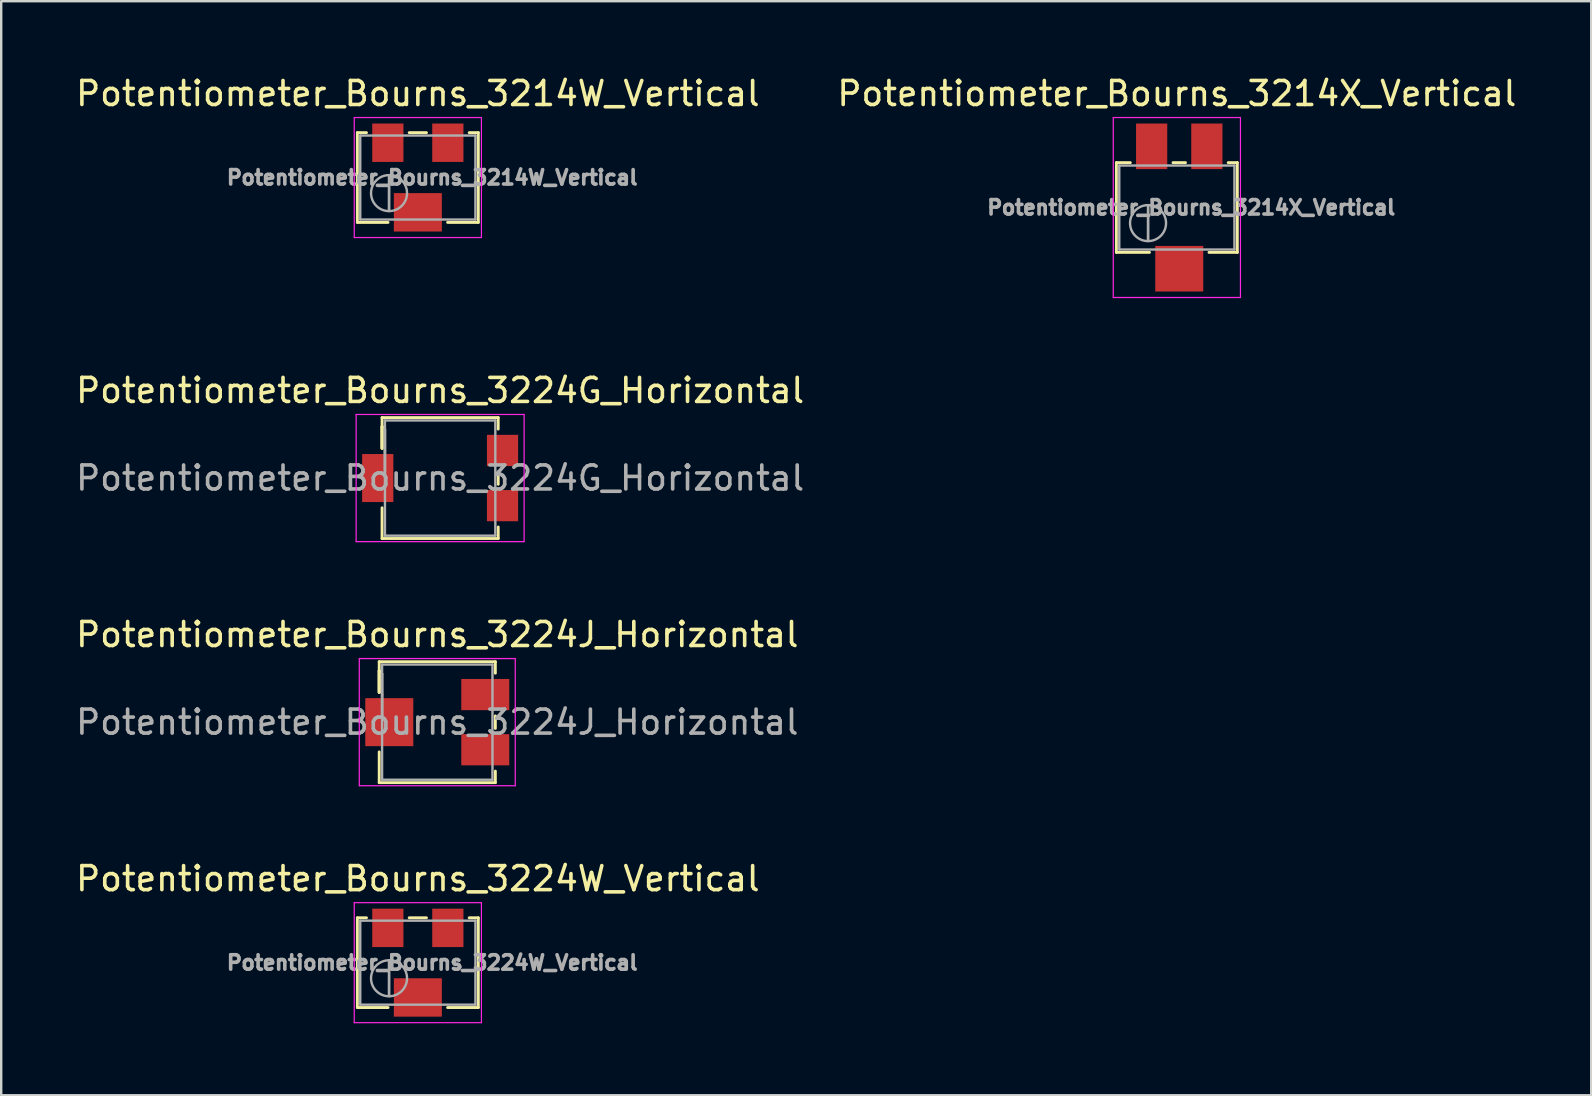
<source format=kicad_pcb>
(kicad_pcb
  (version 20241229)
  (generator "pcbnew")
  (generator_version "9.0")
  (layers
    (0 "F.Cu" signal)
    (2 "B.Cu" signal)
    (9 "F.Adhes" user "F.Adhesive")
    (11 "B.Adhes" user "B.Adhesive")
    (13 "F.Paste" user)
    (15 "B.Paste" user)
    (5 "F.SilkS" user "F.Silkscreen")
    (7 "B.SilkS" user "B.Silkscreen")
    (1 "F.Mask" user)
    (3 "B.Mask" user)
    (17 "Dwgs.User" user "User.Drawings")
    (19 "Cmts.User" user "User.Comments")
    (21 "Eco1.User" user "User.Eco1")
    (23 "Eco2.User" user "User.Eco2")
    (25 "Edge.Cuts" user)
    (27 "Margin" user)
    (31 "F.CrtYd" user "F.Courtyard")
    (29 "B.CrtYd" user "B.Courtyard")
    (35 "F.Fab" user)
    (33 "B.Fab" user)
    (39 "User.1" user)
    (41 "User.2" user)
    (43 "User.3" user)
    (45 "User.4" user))
  (footprint "Potentiometer_Bourns_3224G_Horizontal"
    (layer "F.Cu")
    (at 15.292 16.872)
    (property "Reference" "Potentiometer_Bourns_3224G_Horizontal" (at 0 -3.65 0) (layer "F.SilkS") (effects (font (size 1 1) (thickness 0.15))))
    (attr smd)
    (fp_line (start -2.42 -2.52) (end -2.42 -1.24) (stroke (width 0.12) (type solid)) (layer "F.SilkS"))
    (fp_line (start -2.42 -2.52) (end 2.42 -2.52) (stroke (width 0.12) (type solid)) (layer "F.SilkS"))
    (fp_line (start -2.42 -2.14) (end -2.42 -2.14) (stroke (width 0.12) (type solid)) (layer "F.SilkS"))
    (fp_line (start -2.42 -2.14) (end -2.42 -1.24) (stroke (width 0.12) (type solid)) (layer "F.SilkS"))
    (fp_line (start -2.42 -2.14) (end -2.42 -1.24) (stroke (width 0.12) (type solid)) (layer "F.SilkS"))
    (fp_line (start -2.42 1.24) (end -2.42 2.52) (stroke (width 0.12) (type solid)) (layer "F.SilkS"))
    (fp_line (start -2.42 2.52) (end 2.42 2.52) (stroke (width 0.12) (type solid)) (layer "F.SilkS"))
    (fp_line (start 2.42 -2.52) (end 2.42 -2.04) (stroke (width 0.12) (type solid)) (layer "F.SilkS"))
    (fp_line (start 2.42 -0.26) (end 2.42 0.26) (stroke (width 0.12) (type solid)) (layer "F.SilkS"))
    (fp_line (start 2.42 2.04) (end 2.42 2.52) (stroke (width 0.12) (type solid)) (layer "F.SilkS"))
    (fp_line (start -3.5 -2.65) (end -3.5 2.65) (stroke (width 0.05) (type solid)) (layer "F.CrtYd"))
    (fp_line (start -3.5 2.65) (end 3.5 2.65) (stroke (width 0.05) (type solid)) (layer "F.CrtYd"))
    (fp_line (start 3.5 -2.65) (end -3.5 -2.65) (stroke (width 0.05) (type solid)) (layer "F.CrtYd"))
    (fp_line (start 3.5 2.65) (end 3.5 -2.65) (stroke (width 0.05) (type solid)) (layer "F.CrtYd"))
    (fp_line (start -2.3 -2.4) (end -2.3 2.4) (stroke (width 0.1) (type solid)) (layer "F.Fab"))
    (fp_line (start -2.3 -2.02) (end -2.3 -2.02) (stroke (width 0.1) (type solid)) (layer "F.Fab"))
    (fp_line (start -2.3 -2.02) (end -2.3 -0.24) (stroke (width 0.1) (type solid)) (layer "F.Fab"))
    (fp_line (start -2.3 -1.13) (end -2.3 -1.13) (stroke (width 0.1) (type solid)) (layer "F.Fab"))
    (fp_line (start -2.3 -0.24) (end -2.3 -2.02) (stroke (width 0.1) (type solid)) (layer "F.Fab"))
    (fp_line (start -2.3 -0.24) (end -2.3 -0.24) (stroke (width 0.1) (type solid)) (layer "F.Fab"))
    (fp_line (start -2.3 2.4) (end 2.3 2.4) (stroke (width 0.1) (type solid)) (layer "F.Fab"))
    (fp_line (start 2.3 -2.4) (end -2.3 -2.4) (stroke (width 0.1) (type solid)) (layer "F.Fab"))
    (fp_line (start 2.3 2.4) (end 2.3 -2.4) (stroke (width 0.1) (type solid)) (layer "F.Fab"))
    (fp_text user "${REFERENCE}" (at 0 0 0) (layer "F.Fab") (effects (font (size 1 1) (thickness 0.15))))
    (pad "1" smd rect (at 2.6 -1.15) (size 1.3 1.3) (layers "F.Cu" "F.Mask" "F.Paste"))
    (pad "2" smd rect (at -2.6 0) (size 1.3 2) (layers "F.Cu" "F.Mask" "F.Paste"))
    (pad "3" smd rect (at 2.6 1.15) (size 1.3 1.3) (layers "F.Cu" "F.Mask" "F.Paste")))
  (footprint "Potentiometer_Bourns_3214W_Vertical"
    (layer "F.Cu")
    (at 14.363 4.348)
    (property "Reference" "Potentiometer_Bourns_3214W_Vertical" (at 0 -3.5 0) (layer "F.SilkS") (effects (font (size 1 1) (thickness 0.15))))
    (attr smd)
    (fp_line (start -2.52 -1.87) (end -2.52 1.87) (stroke (width 0.12) (type solid)) (layer "F.SilkS"))
    (fp_line (start -2.52 -1.87) (end -2.14 -1.87) (stroke (width 0.12) (type solid)) (layer "F.SilkS"))
    (fp_line (start -2.52 1.87) (end -1.24 1.87) (stroke (width 0.12) (type solid)) (layer "F.SilkS"))
    (fp_line (start -0.36 -1.87) (end 0.36 -1.87) (stroke (width 0.12) (type solid)) (layer "F.SilkS"))
    (fp_line (start 1.24 1.87) (end 2.52 1.87) (stroke (width 0.12) (type solid)) (layer "F.SilkS"))
    (fp_line (start 2.14 -1.87) (end 2.52 -1.87) (stroke (width 0.12) (type solid)) (layer "F.SilkS"))
    (fp_line (start 2.52 -1.87) (end 2.52 1.87) (stroke (width 0.12) (type solid)) (layer "F.SilkS"))
    (fp_line (start -2.65 -2.5) (end -2.65 2.5) (stroke (width 0.05) (type solid)) (layer "F.CrtYd"))
    (fp_line (start -2.65 2.5) (end 2.65 2.5) (stroke (width 0.05) (type solid)) (layer "F.CrtYd"))
    (fp_line (start 2.65 -2.5) (end -2.65 -2.5) (stroke (width 0.05) (type solid)) (layer "F.CrtYd"))
    (fp_line (start 2.65 2.5) (end 2.65 -2.5) (stroke (width 0.05) (type solid)) (layer "F.CrtYd"))
    (fp_line (start -2.4 -1.75) (end -2.4 1.75) (stroke (width 0.1) (type solid)) (layer "F.Fab"))
    (fp_line (start -2.4 1.75) (end 2.4 1.75) (stroke (width 0.1) (type solid)) (layer "F.Fab"))
    (fp_line (start -1.2 1.393) (end -1.199 -0.092) (stroke (width 0.1) (type solid)) (layer "F.Fab"))
    (fp_line (start -1.2 1.393) (end -1.199 -0.092) (stroke (width 0.1) (type solid)) (layer "F.Fab"))
    (fp_line (start 2.4 -1.75) (end -2.4 -1.75) (stroke (width 0.1) (type solid)) (layer "F.Fab"))
    (fp_line (start 2.4 1.75) (end 2.4 -1.75) (stroke (width 0.1) (type solid)) (layer "F.Fab"))
    (fp_circle (center -1.2 0.65) (end -0.45 0.65) (stroke (width 0.1) (type solid)) (fill no) (layer "F.Fab"))
    (fp_text user "${REFERENCE}" (at 0.6 0 0) (layer "F.Fab") (effects (font (size 0.6 0.6) (thickness 0.15))))
    (pad "1" smd rect (at 1.25 -1.45) (size 1.3 1.6) (layers "F.Cu" "F.Mask" "F.Paste"))
    (pad "2" smd rect (at 0 1.45) (size 2 1.6) (layers "F.Cu" "F.Mask" "F.Paste"))
    (pad "3" smd rect (at -1.25 -1.45) (size 1.3 1.6) (layers "F.Cu" "F.Mask" "F.Paste")))
  (footprint "Potentiometer_Bourns_3224W_Vertical"
    (layer "F.Cu")
    (at 14.363 37.068)
    (property "Reference" "Potentiometer_Bourns_3224W_Vertical" (at 0 -3.5 0) (layer "F.SilkS") (effects (font (size 1 1) (thickness 0.15))))
    (attr smd)
    (fp_line (start -2.52 -1.87) (end -2.52 1.87) (stroke (width 0.12) (type solid)) (layer "F.SilkS"))
    (fp_line (start -2.52 -1.87) (end -2.14 -1.87) (stroke (width 0.12) (type solid)) (layer "F.SilkS"))
    (fp_line (start -2.52 1.87) (end -1.24 1.87) (stroke (width 0.12) (type solid)) (layer "F.SilkS"))
    (fp_line (start -0.36 -1.87) (end 0.36 -1.87) (stroke (width 0.12) (type solid)) (layer "F.SilkS"))
    (fp_line (start 1.24 1.87) (end 2.52 1.87) (stroke (width 0.12) (type solid)) (layer "F.SilkS"))
    (fp_line (start 2.14 -1.87) (end 2.52 -1.87) (stroke (width 0.12) (type solid)) (layer "F.SilkS"))
    (fp_line (start 2.52 -1.87) (end 2.52 1.87) (stroke (width 0.12) (type solid)) (layer "F.SilkS"))
    (fp_line (start -2.65 -2.5) (end -2.65 2.5) (stroke (width 0.05) (type solid)) (layer "F.CrtYd"))
    (fp_line (start -2.65 2.5) (end 2.65 2.5) (stroke (width 0.05) (type solid)) (layer "F.CrtYd"))
    (fp_line (start 2.65 -2.5) (end -2.65 -2.5) (stroke (width 0.05) (type solid)) (layer "F.CrtYd"))
    (fp_line (start 2.65 2.5) (end 2.65 -2.5) (stroke (width 0.05) (type solid)) (layer "F.CrtYd"))
    (fp_line (start -2.4 -1.75) (end -2.4 1.75) (stroke (width 0.1) (type solid)) (layer "F.Fab"))
    (fp_line (start -2.4 1.75) (end 2.4 1.75) (stroke (width 0.1) (type solid)) (layer "F.Fab"))
    (fp_line (start -1.2 1.393) (end -1.199 -0.092) (stroke (width 0.1) (type solid)) (layer "F.Fab"))
    (fp_line (start -1.2 1.393) (end -1.199 -0.092) (stroke (width 0.1) (type solid)) (layer "F.Fab"))
    (fp_line (start 2.4 -1.75) (end -2.4 -1.75) (stroke (width 0.1) (type solid)) (layer "F.Fab"))
    (fp_line (start 2.4 1.75) (end 2.4 -1.75) (stroke (width 0.1) (type solid)) (layer "F.Fab"))
    (fp_circle (center -1.2 0.65) (end -0.45 0.65) (stroke (width 0.1) (type solid)) (fill no) (layer "F.Fab"))
    (fp_text user "${REFERENCE}" (at 0.6 0 0) (layer "F.Fab") (effects (font (size 0.6 0.6) (thickness 0.15))))
    (pad "1" smd rect (at 1.25 -1.45) (size 1.3 1.6) (layers "F.Cu" "F.Mask" "F.Paste"))
    (pad "2" smd rect (at 0 1.45) (size 2 1.6) (layers "F.Cu" "F.Mask" "F.Paste"))
    (pad "3" smd rect (at -1.25 -1.45) (size 1.3 1.6) (layers "F.Cu" "F.Mask" "F.Paste")))
  (footprint "Potentiometer_Bourns_3214X_Vertical"
    (layer "F.Cu")
    (at 46.094 5.598)
    (property "Reference" "Potentiometer_Bourns_3214X_Vertical" (at -0.1 -4.75 0) (layer "F.SilkS") (effects (font (size 1 1) (thickness 0.15))))
    (attr smd)
    (fp_line (start -2.62 -1.87) (end -2.62 1.87) (stroke (width 0.12) (type solid)) (layer "F.SilkS"))
    (fp_line (start -2.62 -1.87) (end -2.039 -1.87) (stroke (width 0.12) (type solid)) (layer "F.SilkS"))
    (fp_line (start -2.62 1.87) (end -1.24 1.87) (stroke (width 0.12) (type solid)) (layer "F.SilkS"))
    (fp_line (start -0.26 -1.87) (end 0.26 -1.87) (stroke (width 0.12) (type solid)) (layer "F.SilkS"))
    (fp_line (start 1.24 1.87) (end 2.42 1.87) (stroke (width 0.12) (type solid)) (layer "F.SilkS"))
    (fp_line (start 2.04 -1.87) (end 2.42 -1.87) (stroke (width 0.12) (type solid)) (layer "F.SilkS"))
    (fp_line (start 2.42 -1.87) (end 2.42 1.87) (stroke (width 0.12) (type solid)) (layer "F.SilkS"))
    (fp_line (start -2.75 -3.75) (end -2.75 3.75) (stroke (width 0.05) (type solid)) (layer "F.CrtYd"))
    (fp_line (start -2.75 3.75) (end 2.55 3.75) (stroke (width 0.05) (type solid)) (layer "F.CrtYd"))
    (fp_line (start 2.55 -3.75) (end -2.75 -3.75) (stroke (width 0.05) (type solid)) (layer "F.CrtYd"))
    (fp_line (start 2.55 3.75) (end 2.55 -3.75) (stroke (width 0.05) (type solid)) (layer "F.CrtYd"))
    (fp_line (start -2.5 -1.75) (end -2.5 1.75) (stroke (width 0.1) (type solid)) (layer "F.Fab"))
    (fp_line (start -2.5 1.75) (end 2.3 1.75) (stroke (width 0.1) (type solid)) (layer "F.Fab"))
    (fp_line (start -1.3 1.393) (end -1.299 -0.092) (stroke (width 0.1) (type solid)) (layer "F.Fab"))
    (fp_line (start -1.3 1.393) (end -1.299 -0.092) (stroke (width 0.1) (type solid)) (layer "F.Fab"))
    (fp_line (start 2.3 -1.75) (end -2.5 -1.75) (stroke (width 0.1) (type solid)) (layer "F.Fab"))
    (fp_line (start 2.3 1.75) (end 2.3 -1.75) (stroke (width 0.1) (type solid)) (layer "F.Fab"))
    (fp_circle (center -1.3 0.65) (end -0.55 0.65) (stroke (width 0.1) (type solid)) (fill no) (layer "F.Fab"))
    (fp_text user "${REFERENCE}" (at 0.5 0 0) (layer "F.Fab") (effects (font (size 0.6 0.6) (thickness 0.15))))
    (pad "1" smd rect (at 1.15 -2.55) (size 1.3 1.9) (layers "F.Cu" "F.Mask" "F.Paste"))
    (pad "2" smd rect (at 0 2.55) (size 2 1.9) (layers "F.Cu" "F.Mask" "F.Paste"))
    (pad "3" smd rect (at -1.15 -2.55) (size 1.3 1.9) (layers "F.Cu" "F.Mask" "F.Paste")))
  (footprint "Potentiometer_Bourns_3224J_Horizontal"
    (layer "F.Cu")
    (at 15.173 27.045)
    (property "Reference" "Potentiometer_Bourns_3224J_Horizontal" (at 0 -3.65 0) (layer "F.SilkS") (effects (font (size 1 1) (thickness 0.15))))
    (attr smd)
    (fp_line (start -2.42 -2.52) (end -2.42 -1.24) (stroke (width 0.12) (type solid)) (layer "F.SilkS"))
    (fp_line (start -2.42 -2.52) (end 2.42 -2.52) (stroke (width 0.12) (type solid)) (layer "F.SilkS"))
    (fp_line (start -2.42 -2.14) (end -2.42 -2.14) (stroke (width 0.12) (type solid)) (layer "F.SilkS"))
    (fp_line (start -2.42 -2.14) (end -2.42 -1.24) (stroke (width 0.12) (type solid)) (layer "F.SilkS"))
    (fp_line (start -2.42 -2.14) (end -2.42 -1.24) (stroke (width 0.12) (type solid)) (layer "F.SilkS"))
    (fp_line (start -2.42 1.24) (end -2.42 2.52) (stroke (width 0.12) (type solid)) (layer "F.SilkS"))
    (fp_line (start -2.42 2.52) (end 2.42 2.52) (stroke (width 0.12) (type solid)) (layer "F.SilkS"))
    (fp_line (start 2.42 -2.52) (end 2.42 -2.04) (stroke (width 0.12) (type solid)) (layer "F.SilkS"))
    (fp_line (start 2.42 -0.26) (end 2.42 0.26) (stroke (width 0.12) (type solid)) (layer "F.SilkS"))
    (fp_line (start 2.42 2.04) (end 2.42 2.52) (stroke (width 0.12) (type solid)) (layer "F.SilkS"))
    (fp_line (start -3.25 -2.65) (end -3.25 2.65) (stroke (width 0.05) (type solid)) (layer "F.CrtYd"))
    (fp_line (start -3.25 2.65) (end 3.25 2.65) (stroke (width 0.05) (type solid)) (layer "F.CrtYd"))
    (fp_line (start 3.25 -2.65) (end -3.25 -2.65) (stroke (width 0.05) (type solid)) (layer "F.CrtYd"))
    (fp_line (start 3.25 2.65) (end 3.25 -2.65) (stroke (width 0.05) (type solid)) (layer "F.CrtYd"))
    (fp_line (start -2.3 -2.4) (end -2.3 2.4) (stroke (width 0.1) (type solid)) (layer "F.Fab"))
    (fp_line (start -2.3 -2.02) (end -2.3 -2.02) (stroke (width 0.1) (type solid)) (layer "F.Fab"))
    (fp_line (start -2.3 -2.02) (end -2.3 -0.24) (stroke (width 0.1) (type solid)) (layer "F.Fab"))
    (fp_line (start -2.3 -1.13) (end -2.3 -1.13) (stroke (width 0.1) (type solid)) (layer "F.Fab"))
    (fp_line (start -2.3 -0.24) (end -2.3 -2.02) (stroke (width 0.1) (type solid)) (layer "F.Fab"))
    (fp_line (start -2.3 -0.24) (end -2.3 -0.24) (stroke (width 0.1) (type solid)) (layer "F.Fab"))
    (fp_line (start -2.3 2.4) (end 2.3 2.4) (stroke (width 0.1) (type solid)) (layer "F.Fab"))
    (fp_line (start 2.3 -2.4) (end -2.3 -2.4) (stroke (width 0.1) (type solid)) (layer "F.Fab"))
    (fp_line (start 2.3 2.4) (end 2.3 -2.4) (stroke (width 0.1) (type solid)) (layer "F.Fab"))
    (fp_text user "${REFERENCE}" (at 0 0 0) (layer "F.Fab") (effects (font (size 1 1) (thickness 0.15))))
    (pad "1" smd rect (at 2 -1.15) (size 2 1.3) (layers "F.Cu" "F.Mask" "F.Paste"))
    (pad "2" smd rect (at -2 0) (size 2 2) (layers "F.Cu" "F.Mask" "F.Paste"))
    (pad "3" smd rect (at 2 1.15) (size 2 1.3) (layers "F.Cu" "F.Mask" "F.Paste")))
  (gr_rect
    (start -3 -3)
    (end 63.262 42.593)
    (stroke (width 0.1) (type default))
    (fill no)
    (layer "Edge.Cuts")))
</source>
